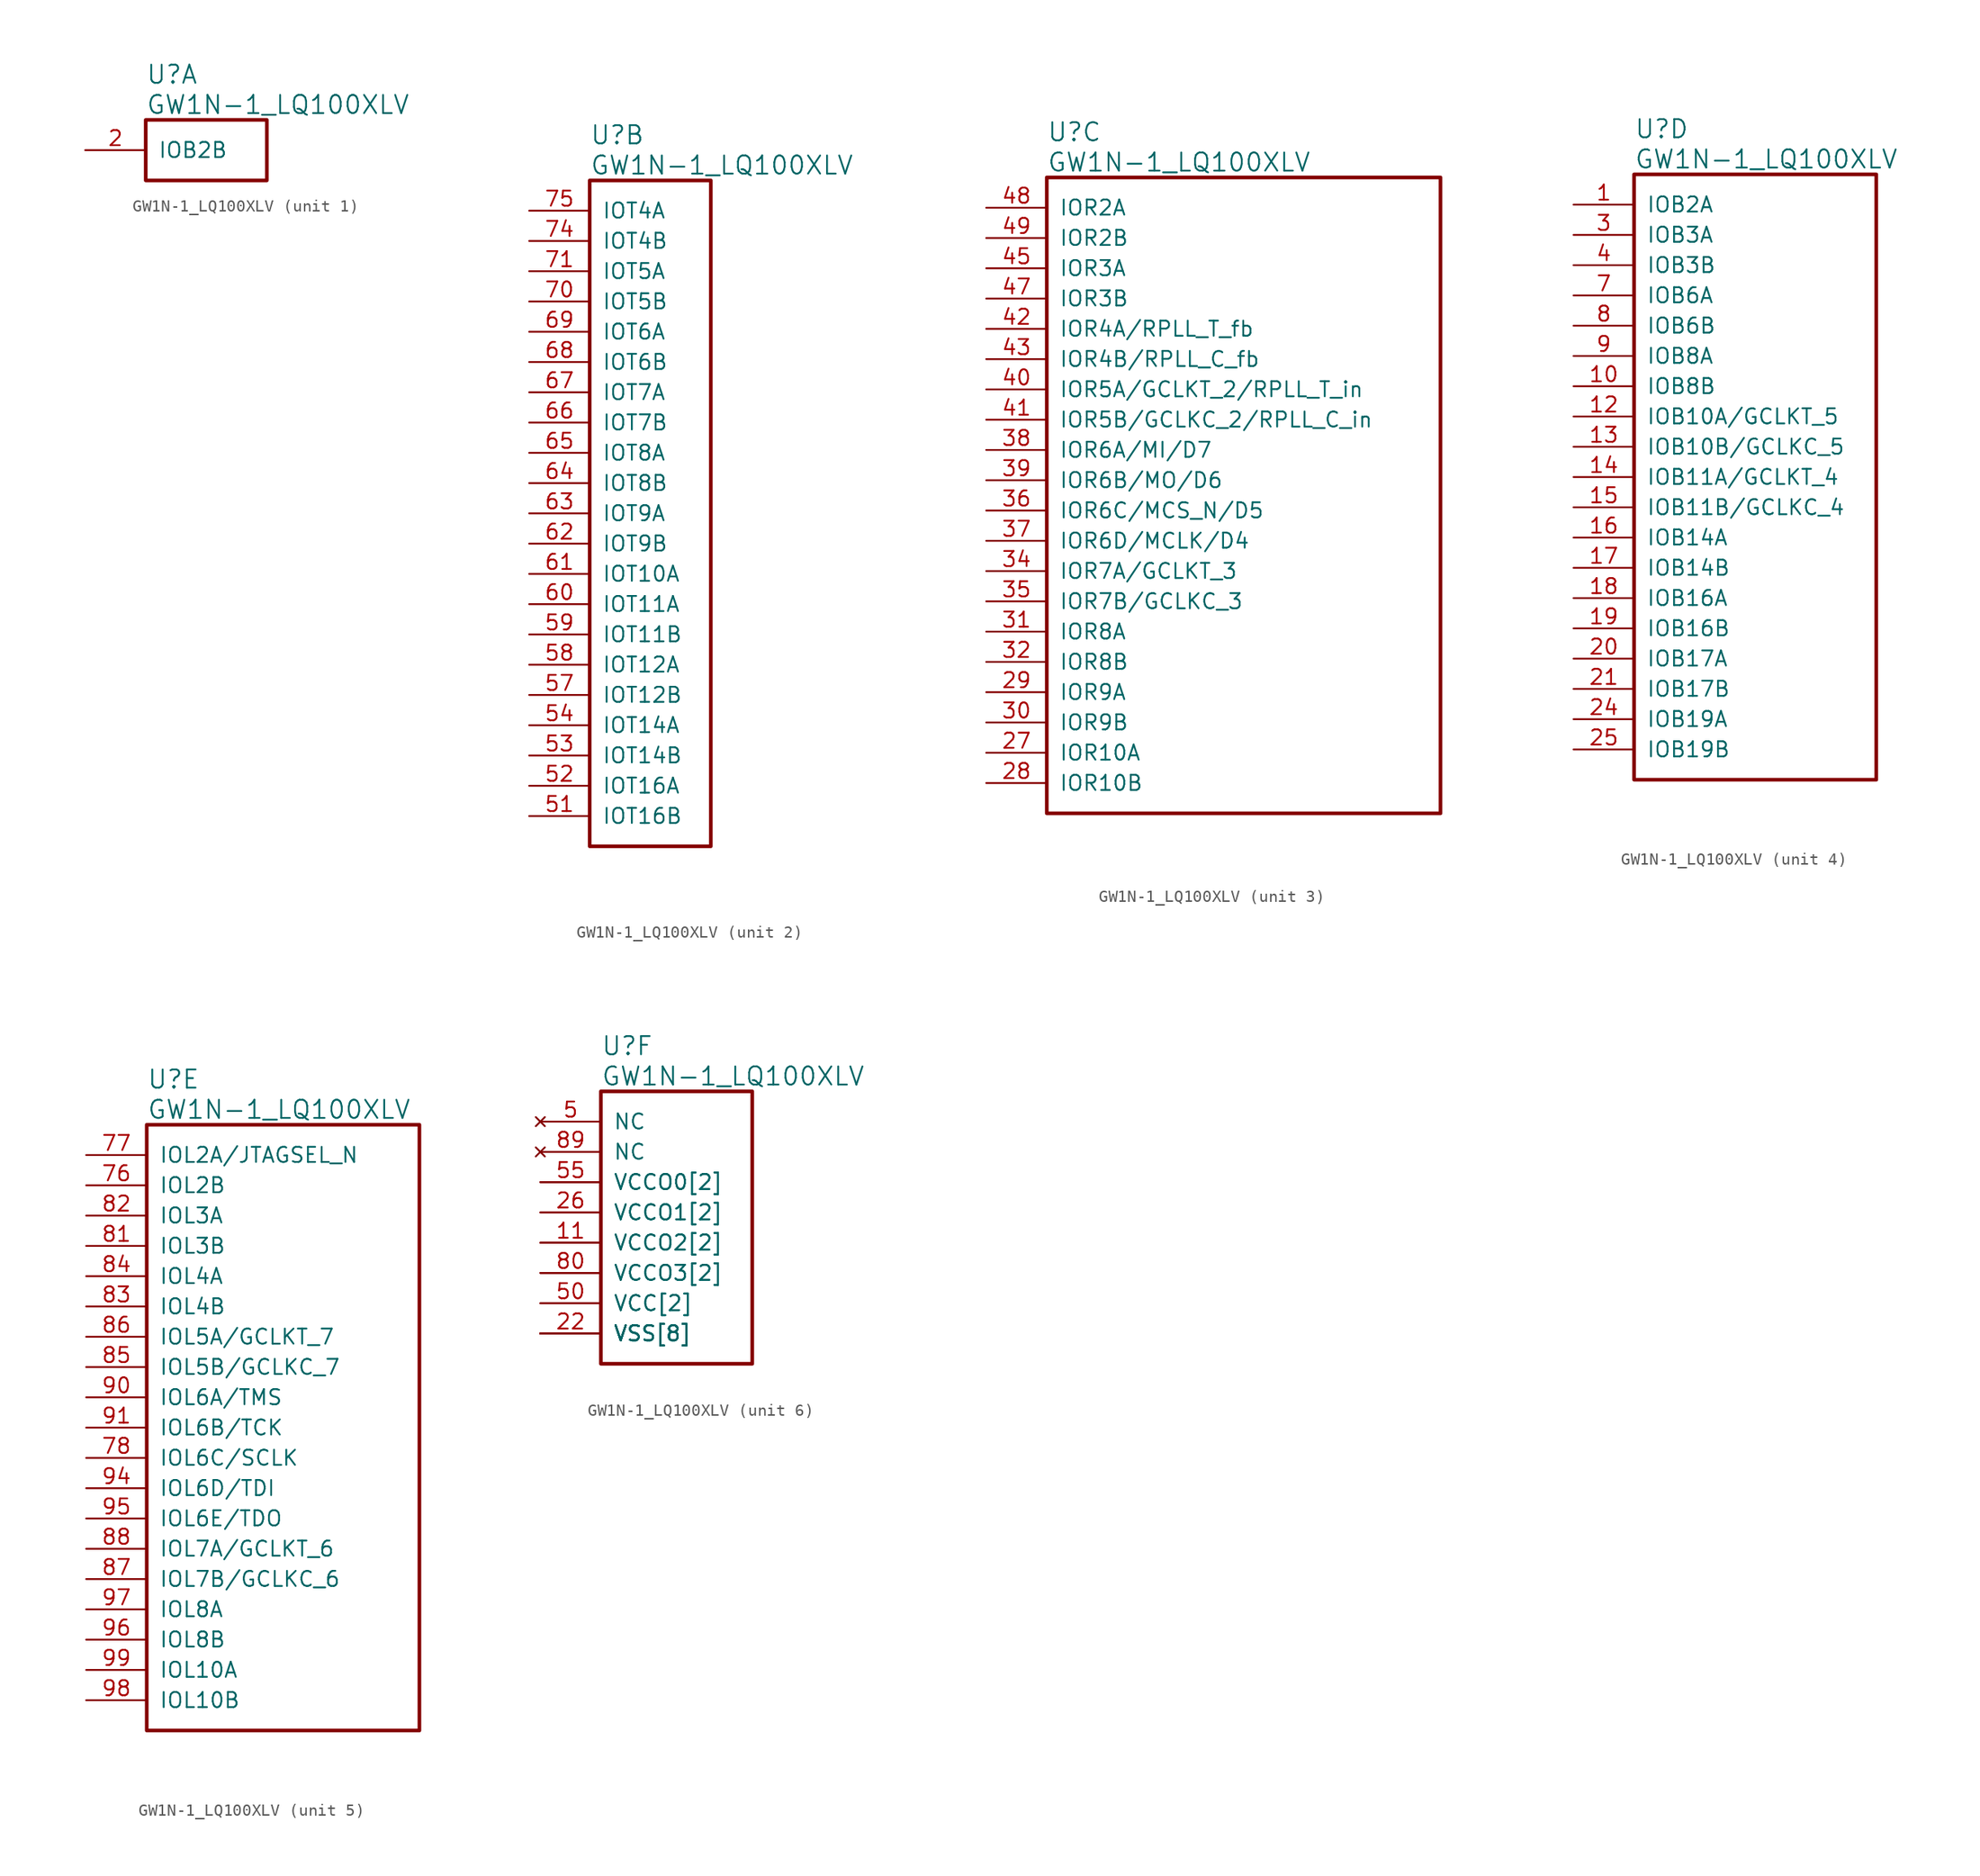
<source format=kicad_sym>
(kicad_symbol_lib
  (version 20241209)
  (generator "kicad_symbol_editor")
  (generator_version "9.0")
  (symbol "GW1N-1_LQ100XLV"
    (pin_names
      (offset 1.016))
    (property "Reference" "U"
      (at 5.08 6.35 0)
      (effects (font (size 1.524 1.524)) (justify left)))
    (property "Value" "GW1N-1_LQ100XLV"
      (at 5.08 3.81 0)
      (effects (font (size 1.524 1.524)) (justify left)))
    (property "ki_locked" ""
      (at 0 0 0)
      (effects (font (size 1.27 1.27))))
    (symbol "GW1N-1_LQ100XLV_1_1"
      (rectangle (start 5.08 2.54) (end 15.24 -2.54) (stroke (width 0.305) (type solid)) (fill (type none)))
      (pin bidirectional line (at 0 0 0) (length 5.08) (name "IOB2B" (effects (font (size 1.27 1.27)))) (number "2" (effects (font (size 1.27 1.27))))))
    (symbol "GW1N-1_LQ100XLV_2_1"
      (rectangle (start 5.08 2.54) (end 15.24 -53.34) (stroke (width 0.305) (type solid)) (fill (type none)))
      (pin bidirectional line (at 0 0 0) (length 5.08) (name "IOT4A" (effects (font (size 1.27 1.27)))) (number "75" (effects (font (size 1.27 1.27)))))
      (pin bidirectional line (at 0 -2.54 0) (length 5.08) (name "IOT4B" (effects (font (size 1.27 1.27)))) (number "74" (effects (font (size 1.27 1.27)))))
      (pin bidirectional line (at 0 -5.08 0) (length 5.08) (name "IOT5A" (effects (font (size 1.27 1.27)))) (number "71" (effects (font (size 1.27 1.27)))))
      (pin bidirectional line (at 0 -7.62 0) (length 5.08) (name "IOT5B" (effects (font (size 1.27 1.27)))) (number "70" (effects (font (size 1.27 1.27)))))
      (pin bidirectional line (at 0 -10.16 0) (length 5.08) (name "IOT6A" (effects (font (size 1.27 1.27)))) (number "69" (effects (font (size 1.27 1.27)))))
      (pin bidirectional line (at 0 -12.7 0) (length 5.08) (name "IOT6B" (effects (font (size 1.27 1.27)))) (number "68" (effects (font (size 1.27 1.27)))))
      (pin bidirectional line (at 0 -15.24 0) (length 5.08) (name "IOT7A" (effects (font (size 1.27 1.27)))) (number "67" (effects (font (size 1.27 1.27)))))
      (pin bidirectional line (at 0 -17.78 0) (length 5.08) (name "IOT7B" (effects (font (size 1.27 1.27)))) (number "66" (effects (font (size 1.27 1.27)))))
      (pin bidirectional line (at 0 -20.32 0) (length 5.08) (name "IOT8A" (effects (font (size 1.27 1.27)))) (number "65" (effects (font (size 1.27 1.27)))))
      (pin bidirectional line (at 0 -22.86 0) (length 5.08) (name "IOT8B" (effects (font (size 1.27 1.27)))) (number "64" (effects (font (size 1.27 1.27)))))
      (pin bidirectional line (at 0 -25.4 0) (length 5.08) (name "IOT9A" (effects (font (size 1.27 1.27)))) (number "63" (effects (font (size 1.27 1.27)))))
      (pin bidirectional line (at 0 -27.94 0) (length 5.08) (name "IOT9B" (effects (font (size 1.27 1.27)))) (number "62" (effects (font (size 1.27 1.27)))))
      (pin bidirectional line (at 0 -30.48 0) (length 5.08) (name "IOT10A" (effects (font (size 1.27 1.27)))) (number "61" (effects (font (size 1.27 1.27)))))
      (pin bidirectional line (at 0 -33.02 0) (length 5.08) (name "IOT11A" (effects (font (size 1.27 1.27)))) (number "60" (effects (font (size 1.27 1.27)))))
      (pin bidirectional line (at 0 -35.56 0) (length 5.08) (name "IOT11B" (effects (font (size 1.27 1.27)))) (number "59" (effects (font (size 1.27 1.27)))))
      (pin bidirectional line (at 0 -38.1 0) (length 5.08) (name "IOT12A" (effects (font (size 1.27 1.27)))) (number "58" (effects (font (size 1.27 1.27)))))
      (pin bidirectional line (at 0 -40.64 0) (length 5.08) (name "IOT12B" (effects (font (size 1.27 1.27)))) (number "57" (effects (font (size 1.27 1.27)))))
      (pin bidirectional line (at 0 -43.18 0) (length 5.08) (name "IOT14A" (effects (font (size 1.27 1.27)))) (number "54" (effects (font (size 1.27 1.27)))))
      (pin bidirectional line (at 0 -45.72 0) (length 5.08) (name "IOT14B" (effects (font (size 1.27 1.27)))) (number "53" (effects (font (size 1.27 1.27)))))
      (pin bidirectional line (at 0 -48.26 0) (length 5.08) (name "IOT16A" (effects (font (size 1.27 1.27)))) (number "52" (effects (font (size 1.27 1.27)))))
      (pin bidirectional line (at 0 -50.8 0) (length 5.08) (name "IOT16B" (effects (font (size 1.27 1.27)))) (number "51" (effects (font (size 1.27 1.27))))))
    (symbol "GW1N-1_LQ100XLV_3_1"
      (rectangle (start 5.08 2.54) (end 38.1 -50.8) (stroke (width 0.305) (type solid)) (fill (type none)))
      (pin bidirectional line (at 0 0 0) (length 5.08) (name "IOR2A" (effects (font (size 1.27 1.27)))) (number "48" (effects (font (size 1.27 1.27)))))
      (pin bidirectional line (at 0 -2.54 0) (length 5.08) (name "IOR2B" (effects (font (size 1.27 1.27)))) (number "49" (effects (font (size 1.27 1.27)))))
      (pin bidirectional line (at 0 -5.08 0) (length 5.08) (name "IOR3A" (effects (font (size 1.27 1.27)))) (number "45" (effects (font (size 1.27 1.27)))))
      (pin bidirectional line (at 0 -7.62 0) (length 5.08) (name "IOR3B" (effects (font (size 1.27 1.27)))) (number "47" (effects (font (size 1.27 1.27)))))
      (pin bidirectional line (at 0 -10.16 0) (length 5.08) (name "IOR4A/RPLL_T_fb" (effects (font (size 1.27 1.27)))) (number "42" (effects (font (size 1.27 1.27)))))
      (pin bidirectional line (at 0 -12.7 0) (length 5.08) (name "IOR4B/RPLL_C_fb" (effects (font (size 1.27 1.27)))) (number "43" (effects (font (size 1.27 1.27)))))
      (pin bidirectional line (at 0 -15.24 0) (length 5.08) (name "IOR5A/GCLKT_2/RPLL_T_in" (effects (font (size 1.27 1.27)))) (number "40" (effects (font (size 1.27 1.27)))))
      (pin bidirectional line (at 0 -17.78 0) (length 5.08) (name "IOR5B/GCLKC_2/RPLL_C_in" (effects (font (size 1.27 1.27)))) (number "41" (effects (font (size 1.27 1.27)))))
      (pin bidirectional line (at 0 -20.32 0) (length 5.08) (name "IOR6A/MI/D7" (effects (font (size 1.27 1.27)))) (number "38" (effects (font (size 1.27 1.27)))))
      (pin bidirectional line (at 0 -22.86 0) (length 5.08) (name "IOR6B/MO/D6" (effects (font (size 1.27 1.27)))) (number "39" (effects (font (size 1.27 1.27)))))
      (pin bidirectional line (at 0 -25.4 0) (length 5.08) (name "IOR6C/MCS_N/D5" (effects (font (size 1.27 1.27)))) (number "36" (effects (font (size 1.27 1.27)))))
      (pin bidirectional line (at 0 -27.94 0) (length 5.08) (name "IOR6D/MCLK/D4" (effects (font (size 1.27 1.27)))) (number "37" (effects (font (size 1.27 1.27)))))
      (pin bidirectional line (at 0 -30.48 0) (length 5.08) (name "IOR7A/GCLKT_3" (effects (font (size 1.27 1.27)))) (number "34" (effects (font (size 1.27 1.27)))))
      (pin bidirectional line (at 0 -33.02 0) (length 5.08) (name "IOR7B/GCLKC_3" (effects (font (size 1.27 1.27)))) (number "35" (effects (font (size 1.27 1.27)))))
      (pin bidirectional line (at 0 -35.56 0) (length 5.08) (name "IOR8A" (effects (font (size 1.27 1.27)))) (number "31" (effects (font (size 1.27 1.27)))))
      (pin bidirectional line (at 0 -38.1 0) (length 5.08) (name "IOR8B" (effects (font (size 1.27 1.27)))) (number "32" (effects (font (size 1.27 1.27)))))
      (pin bidirectional line (at 0 -40.64 0) (length 5.08) (name "IOR9A" (effects (font (size 1.27 1.27)))) (number "29" (effects (font (size 1.27 1.27)))))
      (pin bidirectional line (at 0 -43.18 0) (length 5.08) (name "IOR9B" (effects (font (size 1.27 1.27)))) (number "30" (effects (font (size 1.27 1.27)))))
      (pin bidirectional line (at 0 -45.72 0) (length 5.08) (name "IOR10A" (effects (font (size 1.27 1.27)))) (number "27" (effects (font (size 1.27 1.27)))))
      (pin bidirectional line (at 0 -48.26 0) (length 5.08) (name "IOR10B" (effects (font (size 1.27 1.27)))) (number "28" (effects (font (size 1.27 1.27))))))
    (symbol "GW1N-1_LQ100XLV_4_1"
      (rectangle (start 5.08 2.54) (end 25.4 -48.26) (stroke (width 0.305) (type solid)) (fill (type none)))
      (pin bidirectional line (at 0 0 0) (length 5.08) (name "IOB2A" (effects (font (size 1.27 1.27)))) (number "1" (effects (font (size 1.27 1.27)))))
      (pin bidirectional line (at 0 -2.54 0) (length 5.08) (name "IOB3A" (effects (font (size 1.27 1.27)))) (number "3" (effects (font (size 1.27 1.27)))))
      (pin bidirectional line (at 0 -5.08 0) (length 5.08) (name "IOB3B" (effects (font (size 1.27 1.27)))) (number "4" (effects (font (size 1.27 1.27)))))
      (pin bidirectional line (at 0 -7.62 0) (length 5.08) (name "IOB6A" (effects (font (size 1.27 1.27)))) (number "7" (effects (font (size 1.27 1.27)))))
      (pin bidirectional line (at 0 -10.16 0) (length 5.08) (name "IOB6B" (effects (font (size 1.27 1.27)))) (number "8" (effects (font (size 1.27 1.27)))))
      (pin bidirectional line (at 0 -12.7 0) (length 5.08) (name "IOB8A" (effects (font (size 1.27 1.27)))) (number "9" (effects (font (size 1.27 1.27)))))
      (pin bidirectional line (at 0 -15.24 0) (length 5.08) (name "IOB8B" (effects (font (size 1.27 1.27)))) (number "10" (effects (font (size 1.27 1.27)))))
      (pin bidirectional line (at 0 -17.78 0) (length 5.08) (name "IOB10A/GCLKT_5" (effects (font (size 1.27 1.27)))) (number "12" (effects (font (size 1.27 1.27)))))
      (pin bidirectional line (at 0 -20.32 0) (length 5.08) (name "IOB10B/GCLKC_5" (effects (font (size 1.27 1.27)))) (number "13" (effects (font (size 1.27 1.27)))))
      (pin bidirectional line (at 0 -22.86 0) (length 5.08) (name "IOB11A/GCLKT_4" (effects (font (size 1.27 1.27)))) (number "14" (effects (font (size 1.27 1.27)))))
      (pin bidirectional line (at 0 -25.4 0) (length 5.08) (name "IOB11B/GCLKC_4" (effects (font (size 1.27 1.27)))) (number "15" (effects (font (size 1.27 1.27)))))
      (pin bidirectional line (at 0 -27.94 0) (length 5.08) (name "IOB14A" (effects (font (size 1.27 1.27)))) (number "16" (effects (font (size 1.27 1.27)))))
      (pin bidirectional line (at 0 -30.48 0) (length 5.08) (name "IOB14B" (effects (font (size 1.27 1.27)))) (number "17" (effects (font (size 1.27 1.27)))))
      (pin bidirectional line (at 0 -33.02 0) (length 5.08) (name "IOB16A" (effects (font (size 1.27 1.27)))) (number "18" (effects (font (size 1.27 1.27)))))
      (pin bidirectional line (at 0 -35.56 0) (length 5.08) (name "IOB16B" (effects (font (size 1.27 1.27)))) (number "19" (effects (font (size 1.27 1.27)))))
      (pin bidirectional line (at 0 -38.1 0) (length 5.08) (name "IOB17A" (effects (font (size 1.27 1.27)))) (number "20" (effects (font (size 1.27 1.27)))))
      (pin bidirectional line (at 0 -40.64 0) (length 5.08) (name "IOB17B" (effects (font (size 1.27 1.27)))) (number "21" (effects (font (size 1.27 1.27)))))
      (pin bidirectional line (at 0 -43.18 0) (length 5.08) (name "IOB19A" (effects (font (size 1.27 1.27)))) (number "24" (effects (font (size 1.27 1.27)))))
      (pin bidirectional line (at 0 -45.72 0) (length 5.08) (name "IOB19B" (effects (font (size 1.27 1.27)))) (number "25" (effects (font (size 1.27 1.27))))))
    (symbol "GW1N-1_LQ100XLV_5_1"
      (rectangle (start 5.08 2.54) (end 27.94 -48.26) (stroke (width 0.305) (type solid)) (fill (type none)))
      (pin bidirectional line (at 0 0 0) (length 5.08) (name "IOL2A/JTAGSEL_N" (effects (font (size 1.27 1.27)))) (number "77" (effects (font (size 1.27 1.27)))))
      (pin bidirectional line (at 0 -2.54 0) (length 5.08) (name "IOL2B" (effects (font (size 1.27 1.27)))) (number "76" (effects (font (size 1.27 1.27)))))
      (pin bidirectional line (at 0 -5.08 0) (length 5.08) (name "IOL3A" (effects (font (size 1.27 1.27)))) (number "82" (effects (font (size 1.27 1.27)))))
      (pin bidirectional line (at 0 -7.62 0) (length 5.08) (name "IOL3B" (effects (font (size 1.27 1.27)))) (number "81" (effects (font (size 1.27 1.27)))))
      (pin bidirectional line (at 0 -10.16 0) (length 5.08) (name "IOL4A" (effects (font (size 1.27 1.27)))) (number "84" (effects (font (size 1.27 1.27)))))
      (pin bidirectional line (at 0 -12.7 0) (length 5.08) (name "IOL4B" (effects (font (size 1.27 1.27)))) (number "83" (effects (font (size 1.27 1.27)))))
      (pin bidirectional line (at 0 -15.24 0) (length 5.08) (name "IOL5A/GCLKT_7" (effects (font (size 1.27 1.27)))) (number "86" (effects (font (size 1.27 1.27)))))
      (pin bidirectional line (at 0 -17.78 0) (length 5.08) (name "IOL5B/GCLKC_7" (effects (font (size 1.27 1.27)))) (number "85" (effects (font (size 1.27 1.27)))))
      (pin bidirectional line (at 0 -20.32 0) (length 5.08) (name "IOL6A/TMS" (effects (font (size 1.27 1.27)))) (number "90" (effects (font (size 1.27 1.27)))))
      (pin bidirectional line (at 0 -22.86 0) (length 5.08) (name "IOL6B/TCK" (effects (font (size 1.27 1.27)))) (number "91" (effects (font (size 1.27 1.27)))))
      (pin bidirectional line (at 0 -25.4 0) (length 5.08) (name "IOL6C/SCLK" (effects (font (size 1.27 1.27)))) (number "78" (effects (font (size 1.27 1.27)))))
      (pin bidirectional line (at 0 -27.94 0) (length 5.08) (name "IOL6D/TDI" (effects (font (size 1.27 1.27)))) (number "94" (effects (font (size 1.27 1.27)))))
      (pin bidirectional line (at 0 -30.48 0) (length 5.08) (name "IOL6E/TDO" (effects (font (size 1.27 1.27)))) (number "95" (effects (font (size 1.27 1.27)))))
      (pin bidirectional line (at 0 -33.02 0) (length 5.08) (name "IOL7A/GCLKT_6" (effects (font (size 1.27 1.27)))) (number "88" (effects (font (size 1.27 1.27)))))
      (pin bidirectional line (at 0 -35.56 0) (length 5.08) (name "IOL7B/GCLKC_6" (effects (font (size 1.27 1.27)))) (number "87" (effects (font (size 1.27 1.27)))))
      (pin bidirectional line (at 0 -38.1 0) (length 5.08) (name "IOL8A" (effects (font (size 1.27 1.27)))) (number "97" (effects (font (size 1.27 1.27)))))
      (pin bidirectional line (at 0 -40.64 0) (length 5.08) (name "IOL8B" (effects (font (size 1.27 1.27)))) (number "96" (effects (font (size 1.27 1.27)))))
      (pin bidirectional line (at 0 -43.18 0) (length 5.08) (name "IOL10A" (effects (font (size 1.27 1.27)))) (number "99" (effects (font (size 1.27 1.27)))))
      (pin bidirectional line (at 0 -45.72 0) (length 5.08) (name "IOL10B" (effects (font (size 1.27 1.27)))) (number "98" (effects (font (size 1.27 1.27))))))
    (symbol "GW1N-1_LQ100XLV_6_1"
      (rectangle (start 5.08 2.54) (end 17.78 -20.32) (stroke (width 0.305) (type solid)) (fill (type none)))
      (pin no_connect line (at 0 0 0) (length 5.08) (name "NC" (effects (font (size 1.27 1.27)))) (number "5" (effects (font (size 1.27 1.27)))))
      (pin no_connect line (at 0 -2.54 0) (length 5.08) (name "NC" (effects (font (size 1.27 1.27)))) (number "89" (effects (font (size 1.27 1.27)))))
      (pin power_in line (at 0 -5.08 0) (length 5.08) (name "VCCO0[2]" (effects (font (size 1.27 1.27)))) (number "55" (effects (font (size 1.27 1.27)))))
      (pin power_in line (at 0 -5.08 0) (length 5.08) (name "VCCO0[2]" (effects (font (size 1.27 1.27)))) (number "73" (effects (font (size 0 0)))))
      (pin power_in line (at 0 -7.62 0) (length 5.08) (name "VCCO1[2]" (effects (font (size 1.27 1.27)))) (number "26" (effects (font (size 1.27 1.27)))))
      (pin power_in line (at 0 -7.62 0) (length 5.08) (name "VCCO1[2]" (effects (font (size 1.27 1.27)))) (number "46" (effects (font (size 0 0)))))
      (pin power_in line (at 0 -10.16 0) (length 5.08) (name "VCCO2[2]" (effects (font (size 1.27 1.27)))) (number "11" (effects (font (size 1.27 1.27)))))
      (pin power_in line (at 0 -10.16 0) (length 5.08) (name "VCCO2[2]" (effects (font (size 1.27 1.27)))) (number "23" (effects (font (size 0 0)))))
      (pin power_in line (at 0 -12.7 0) (length 5.08) (name "VCCO3[2]" (effects (font (size 1.27 1.27)))) (number "80" (effects (font (size 1.27 1.27)))))
      (pin power_in line (at 0 -12.7 0) (length 5.08) (name "VCCO3[2]" (effects (font (size 1.27 1.27)))) (number "93" (effects (font (size 0 0)))))
      (pin power_in line (at 0 -15.24 0) (length 5.08) (name "VCC[2]" (effects (font (size 1.27 1.27)))) (number "100" (effects (font (size 0 0)))))
      (pin power_in line (at 0 -15.24 0) (length 5.08) (name "VCC[2]" (effects (font (size 1.27 1.27)))) (number "50" (effects (font (size 1.27 1.27)))))
      (pin power_in line (at 0 -17.78 0) (length 5.08) (name "VSS[8]" (effects (font (size 1.27 1.27)))) (number "22" (effects (font (size 1.27 1.27)))))
      (pin power_in line (at 0 -17.78 0) (length 5.08) (name "VSS[8]" (effects (font (size 1.27 1.27)))) (number "33" (effects (font (size 0 0)))))
      (pin power_in line (at 0 -17.78 0) (length 5.08) (name "VSS[8]" (effects (font (size 1.27 1.27)))) (number "44" (effects (font (size 0 0)))))
      (pin power_in line (at 0 -17.78 0) (length 5.08) (name "VSS[8]" (effects (font (size 1.27 1.27)))) (number "56" (effects (font (size 0 0)))))
      (pin power_in line (at 0 -17.78 0) (length 5.08) (name "VSS[8]" (effects (font (size 1.27 1.27)))) (number "6" (effects (font (size 0 0)))))
      (pin power_in line (at 0 -17.78 0) (length 5.08) (name "VSS[8]" (effects (font (size 1.27 1.27)))) (number "72" (effects (font (size 0 0)))))
      (pin power_in line (at 0 -17.78 0) (length 5.08) (name "VSS[8]" (effects (font (size 1.27 1.27)))) (number "79" (effects (font (size 0 0)))))
      (pin power_in line (at 0 -17.78 0) (length 5.08) (name "VSS[8]" (effects (font (size 1.27 1.27)))) (number "92" (effects (font (size 0 0))))))))
</source>
